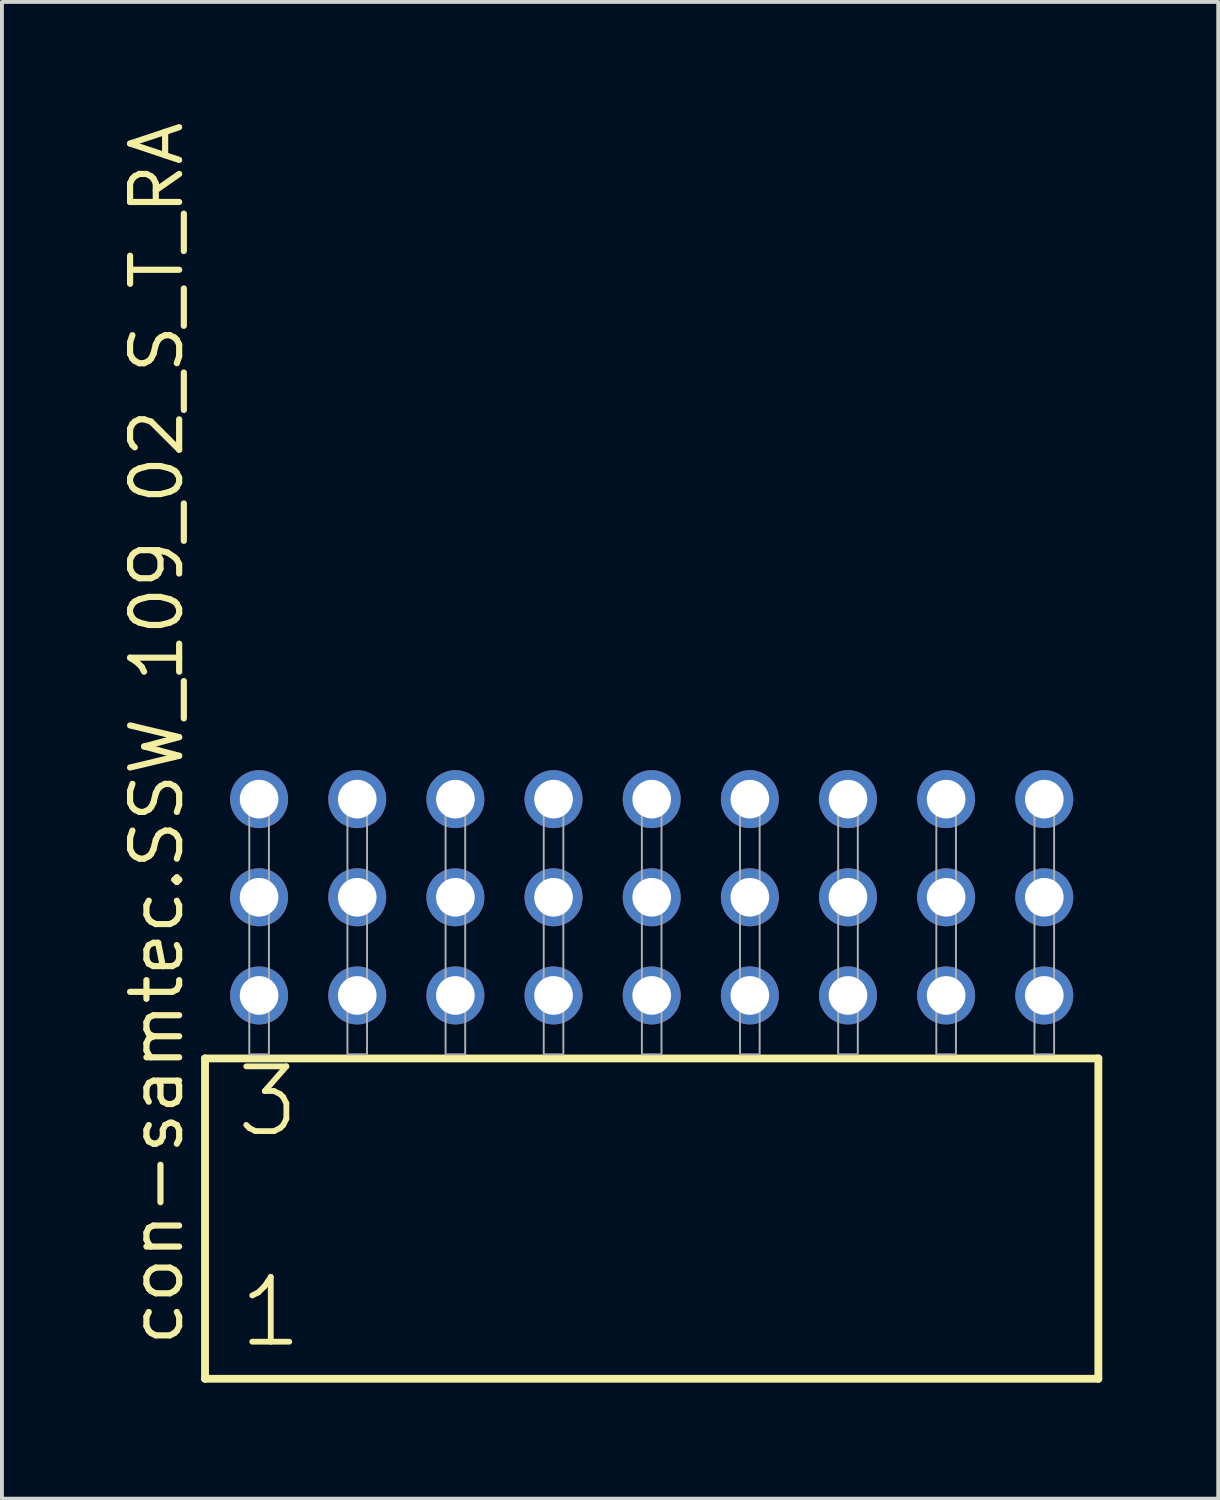
<source format=kicad_pcb>
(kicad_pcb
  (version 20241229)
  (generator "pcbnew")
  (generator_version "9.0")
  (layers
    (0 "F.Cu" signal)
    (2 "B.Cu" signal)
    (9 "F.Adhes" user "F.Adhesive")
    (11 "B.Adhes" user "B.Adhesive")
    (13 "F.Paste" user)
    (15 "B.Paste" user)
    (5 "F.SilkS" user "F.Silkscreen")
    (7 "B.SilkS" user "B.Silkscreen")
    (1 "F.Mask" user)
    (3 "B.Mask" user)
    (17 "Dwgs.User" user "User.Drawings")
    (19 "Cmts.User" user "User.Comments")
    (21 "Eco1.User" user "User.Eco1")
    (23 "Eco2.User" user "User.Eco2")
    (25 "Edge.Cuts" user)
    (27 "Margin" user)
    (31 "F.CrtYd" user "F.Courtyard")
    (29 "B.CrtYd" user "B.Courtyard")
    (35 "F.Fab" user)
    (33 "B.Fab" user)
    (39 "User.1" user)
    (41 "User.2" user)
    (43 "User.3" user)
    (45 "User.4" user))
  (footprint "con-samtec.SSW_109_02_S_T_RA"
    (layer "F.Cu")
    (at 13.815 24.235)
    (property "Reference" "con-samtec.SSW_109_02_S_T_RA" (at -12.065 7.62 90) (layer "F.SilkS") (effects (font (size 1.27 1.27) (thickness 0.16)) (justify left bottom)))
    (attr through_hole)
    (fp_line (start -11.559 0.106) (end -11.559 8.396) (stroke (width 0.203) (type default)) (layer "F.SilkS"))
    (fp_line (start -11.559 8.396) (end 11.559 8.396) (stroke (width 0.203) (type default)) (layer "F.SilkS"))
    (fp_line (start 11.559 0.106) (end -11.559 0.106) (stroke (width 0.203) (type default)) (layer "F.SilkS"))
    (fp_line (start 11.559 8.396) (end 11.559 0.106) (stroke (width 0.203) (type default)) (layer "F.SilkS"))
    (fp_rect (start -10.414 0) (end -9.906 -6.858) (stroke (width 0.05) (type default)) (fill no) (layer "F.Fab"))
    (fp_rect (start -7.874 0) (end -7.366 -6.858) (stroke (width 0.05) (type default)) (fill no) (layer "F.Fab"))
    (fp_rect (start -5.334 0) (end -4.826 -6.858) (stroke (width 0.05) (type default)) (fill no) (layer "F.Fab"))
    (fp_rect (start -2.794 0) (end -2.286 -6.858) (stroke (width 0.05) (type default)) (fill no) (layer "F.Fab"))
    (fp_rect (start -0.254 0) (end 0.254 -6.858) (stroke (width 0.05) (type default)) (fill no) (layer "F.Fab"))
    (fp_rect (start 2.286 0) (end 2.794 -6.858) (stroke (width 0.05) (type default)) (fill no) (layer "F.Fab"))
    (fp_rect (start 4.826 0) (end 5.334 -6.858) (stroke (width 0.05) (type default)) (fill no) (layer "F.Fab"))
    (fp_rect (start 7.366 0) (end 7.874 -6.858) (stroke (width 0.05) (type default)) (fill no) (layer "F.Fab"))
    (fp_rect (start 9.906 0) (end 10.414 -6.858) (stroke (width 0.05) (type default)) (fill no) (layer "F.Fab"))
    (fp_text user "1" (at -10.755 7.65 0) (layer "F.SilkS") (effects (font (size 1.676 1.676) (thickness 0.15)) (justify left bottom)))
    (fp_text user "3" (at -10.83 2.2 0) (layer "F.SilkS") (effects (font (size 1.676 1.676) (thickness 0.15)) (justify left bottom)))
    (pad "1" thru_hole circle (at -10.16 -1.524) (size 1.5 1.5) (drill 1) (layers "*.Cu" "*.Mask"))
    (pad "2" thru_hole circle (at -10.16 -4.064) (size 1.5 1.5) (drill 1) (layers "*.Cu" "*.Mask"))
    (pad "3" thru_hole circle (at -10.16 -6.604) (size 1.5 1.5) (drill 1) (layers "*.Cu" "*.Mask"))
    (pad "4" thru_hole circle (at -7.62 -1.524) (size 1.5 1.5) (drill 1) (layers "*.Cu" "*.Mask"))
    (pad "5" thru_hole circle (at -7.62 -4.064) (size 1.5 1.5) (drill 1) (layers "*.Cu" "*.Mask"))
    (pad "6" thru_hole circle (at -7.62 -6.604) (size 1.5 1.5) (drill 1) (layers "*.Cu" "*.Mask"))
    (pad "7" thru_hole circle (at -5.08 -1.524) (size 1.5 1.5) (drill 1) (layers "*.Cu" "*.Mask"))
    (pad "8" thru_hole circle (at -5.08 -4.064) (size 1.5 1.5) (drill 1) (layers "*.Cu" "*.Mask"))
    (pad "9" thru_hole circle (at -5.08 -6.604) (size 1.5 1.5) (drill 1) (layers "*.Cu" "*.Mask"))
    (pad "10" thru_hole circle (at -2.54 -1.524) (size 1.5 1.5) (drill 1) (layers "*.Cu" "*.Mask"))
    (pad "11" thru_hole circle (at -2.54 -4.064) (size 1.5 1.5) (drill 1) (layers "*.Cu" "*.Mask"))
    (pad "12" thru_hole circle (at -2.54 -6.604) (size 1.5 1.5) (drill 1) (layers "*.Cu" "*.Mask"))
    (pad "13" thru_hole circle (at 0 -1.524) (size 1.5 1.5) (drill 1) (layers "*.Cu" "*.Mask"))
    (pad "14" thru_hole circle (at 0 -4.064) (size 1.5 1.5) (drill 1) (layers "*.Cu" "*.Mask"))
    (pad "15" thru_hole circle (at 0 -6.604) (size 1.5 1.5) (drill 1) (layers "*.Cu" "*.Mask"))
    (pad "16" thru_hole circle (at 2.54 -1.524) (size 1.5 1.5) (drill 1) (layers "*.Cu" "*.Mask"))
    (pad "17" thru_hole circle (at 2.54 -4.064) (size 1.5 1.5) (drill 1) (layers "*.Cu" "*.Mask"))
    (pad "18" thru_hole circle (at 2.54 -6.604) (size 1.5 1.5) (drill 1) (layers "*.Cu" "*.Mask"))
    (pad "19" thru_hole circle (at 5.08 -1.524) (size 1.5 1.5) (drill 1) (layers "*.Cu" "*.Mask"))
    (pad "20" thru_hole circle (at 5.08 -4.064) (size 1.5 1.5) (drill 1) (layers "*.Cu" "*.Mask"))
    (pad "21" thru_hole circle (at 5.08 -6.604) (size 1.5 1.5) (drill 1) (layers "*.Cu" "*.Mask"))
    (pad "22" thru_hole circle (at 7.62 -1.524) (size 1.5 1.5) (drill 1) (layers "*.Cu" "*.Mask"))
    (pad "23" thru_hole circle (at 7.62 -4.064) (size 1.5 1.5) (drill 1) (layers "*.Cu" "*.Mask"))
    (pad "24" thru_hole circle (at 7.62 -6.604) (size 1.5 1.5) (drill 1) (layers "*.Cu" "*.Mask"))
    (pad "25" thru_hole circle (at 10.16 -1.524) (size 1.5 1.5) (drill 1) (layers "*.Cu" "*.Mask"))
    (pad "26" thru_hole circle (at 10.16 -4.064) (size 1.5 1.5) (drill 1) (layers "*.Cu" "*.Mask"))
    (pad "27" thru_hole circle (at 10.16 -6.604) (size 1.5 1.5) (drill 1) (layers "*.Cu" "*.Mask")))
  (gr_rect
    (start -3 -3)
    (end 28.476 35.733)
    (stroke (width 0.1) (type default))
    (fill no)
    (layer "Edge.Cuts")))
</source>
